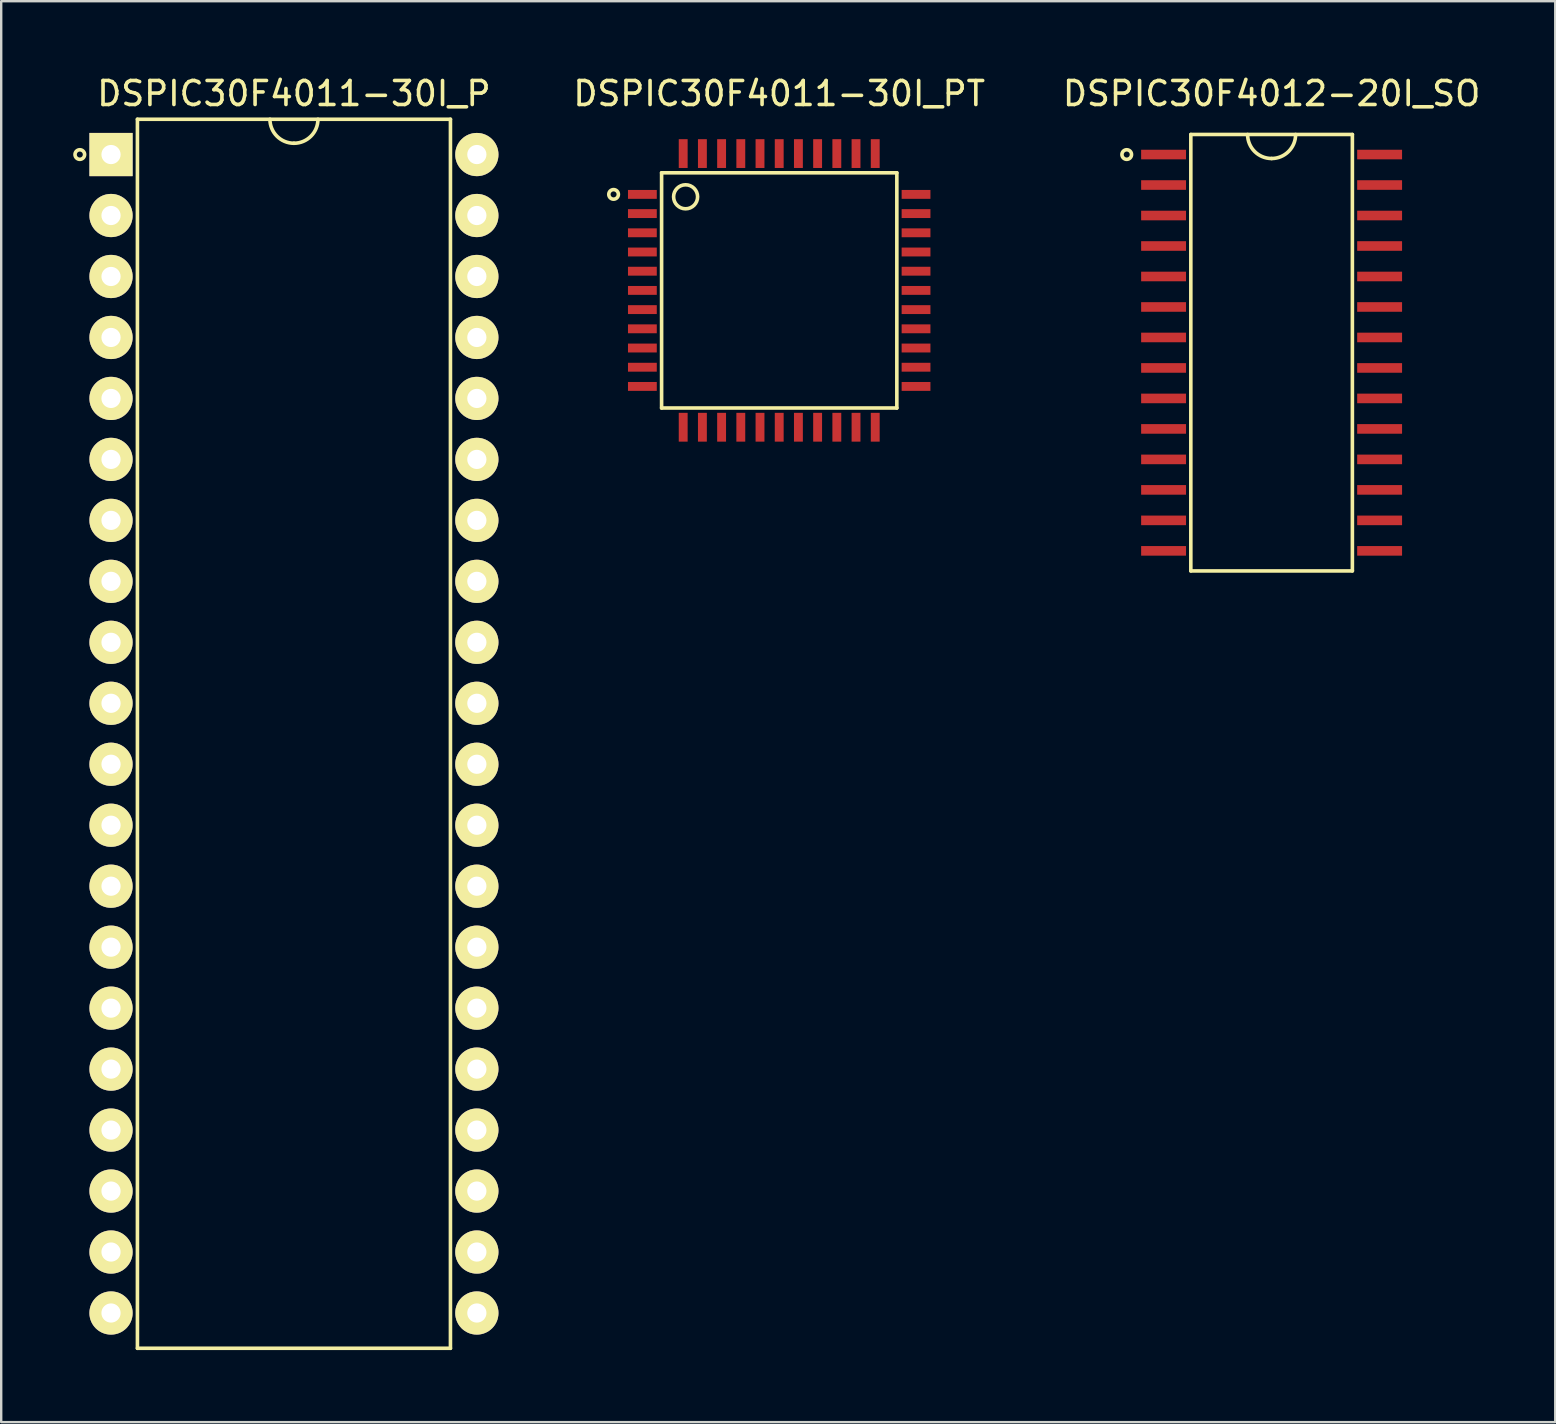
<source format=kicad_pcb>
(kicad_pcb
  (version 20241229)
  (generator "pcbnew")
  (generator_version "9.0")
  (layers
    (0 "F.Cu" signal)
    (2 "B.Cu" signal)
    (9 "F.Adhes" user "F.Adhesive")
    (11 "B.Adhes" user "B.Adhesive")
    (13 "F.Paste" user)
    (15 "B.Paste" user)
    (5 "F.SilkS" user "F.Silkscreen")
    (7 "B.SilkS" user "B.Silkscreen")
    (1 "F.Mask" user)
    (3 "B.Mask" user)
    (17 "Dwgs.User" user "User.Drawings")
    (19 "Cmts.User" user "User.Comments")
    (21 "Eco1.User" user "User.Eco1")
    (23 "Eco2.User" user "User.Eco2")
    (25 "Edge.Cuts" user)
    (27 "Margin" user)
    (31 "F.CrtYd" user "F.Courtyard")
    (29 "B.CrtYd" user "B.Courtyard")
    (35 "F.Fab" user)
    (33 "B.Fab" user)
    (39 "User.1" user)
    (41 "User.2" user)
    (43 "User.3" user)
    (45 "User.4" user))
  (footprint "DSPIC30F4011-30I_PT"
    (layer "F.Cu")
    (at 23.711 3.348)
    (property "Reference" "DSPIC30F4011-30I_PT" (at 5.7 -2.5 0) (layer "F.SilkS") (effects (font (size 1 1) (thickness 0.15))))
    (attr through_hole)
    (fp_line (start 0.8 0.8) (end 0.8 10.6) (stroke (width 0.15) (type solid)) (layer "F.SilkS"))
    (fp_line (start 0.8 0.8) (end 10.6 0.8) (stroke (width 0.15) (type solid)) (layer "F.SilkS"))
    (fp_line (start 0.8 10.6) (end 10.6 10.6) (stroke (width 0.15) (type solid)) (layer "F.SilkS"))
    (fp_line (start 10.6 10.6) (end 10.6 0.8) (stroke (width 0.15) (type solid)) (layer "F.SilkS"))
    (fp_circle (center -1.2 1.7) (end -1.2 1.5) (stroke (width 0.15) (type solid)) (fill no) (layer "F.SilkS"))
    (fp_circle (center 1.8 1.8) (end 1.8 1.3) (stroke (width 0.15) (type solid)) (fill no) (layer "F.SilkS"))
    (pad "1" smd rect (at 0 1.7) (size 1.2 0.37) (layers "F.Cu" "F.Mask" "F.Paste"))
    (pad "2" smd rect (at 0 2.5) (size 1.2 0.37) (layers "F.Cu" "F.Mask" "F.Paste"))
    (pad "3" smd rect (at 0 3.3) (size 1.2 0.37) (layers "F.Cu" "F.Mask" "F.Paste"))
    (pad "4" smd rect (at 0 4.1) (size 1.2 0.37) (layers "F.Cu" "F.Mask" "F.Paste"))
    (pad "5" smd rect (at 0 4.9) (size 1.2 0.37) (layers "F.Cu" "F.Mask" "F.Paste"))
    (pad "6" smd rect (at 0 5.7) (size 1.2 0.37) (layers "F.Cu" "F.Mask" "F.Paste"))
    (pad "7" smd rect (at 0 6.5) (size 1.2 0.37) (layers "F.Cu" "F.Mask" "F.Paste"))
    (pad "8" smd rect (at 0 7.3) (size 1.2 0.37) (layers "F.Cu" "F.Mask" "F.Paste"))
    (pad "9" smd rect (at 0 8.1) (size 1.2 0.37) (layers "F.Cu" "F.Mask" "F.Paste"))
    (pad "10" smd rect (at 0 8.9) (size 1.2 0.37) (layers "F.Cu" "F.Mask" "F.Paste"))
    (pad "11" smd rect (at 0 9.7) (size 1.2 0.37) (layers "F.Cu" "F.Mask" "F.Paste"))
    (pad "12" smd rect (at 1.7 11.4) (size 0.37 1.2) (layers "F.Cu" "F.Mask" "F.Paste"))
    (pad "13" smd rect (at 2.5 11.4) (size 0.37 1.2) (layers "F.Cu" "F.Mask" "F.Paste"))
    (pad "14" smd rect (at 3.3 11.4) (size 0.37 1.2) (layers "F.Cu" "F.Mask" "F.Paste"))
    (pad "15" smd rect (at 4.1 11.4) (size 0.37 1.2) (layers "F.Cu" "F.Mask" "F.Paste"))
    (pad "16" smd rect (at 4.9 11.4) (size 0.37 1.2) (layers "F.Cu" "F.Mask" "F.Paste"))
    (pad "17" smd rect (at 5.7 11.4) (size 0.37 1.2) (layers "F.Cu" "F.Mask" "F.Paste"))
    (pad "18" smd rect (at 6.5 11.4) (size 0.37 1.2) (layers "F.Cu" "F.Mask" "F.Paste"))
    (pad "19" smd rect (at 7.3 11.4) (size 0.37 1.2) (layers "F.Cu" "F.Mask" "F.Paste"))
    (pad "20" smd rect (at 8.1 11.4) (size 0.37 1.2) (layers "F.Cu" "F.Mask" "F.Paste"))
    (pad "21" smd rect (at 8.9 11.4) (size 0.37 1.2) (layers "F.Cu" "F.Mask" "F.Paste"))
    (pad "22" smd rect (at 9.7 11.4) (size 0.37 1.2) (layers "F.Cu" "F.Mask" "F.Paste"))
    (pad "23" smd rect (at 11.4 9.7) (size 1.2 0.37) (layers "F.Cu" "F.Mask" "F.Paste"))
    (pad "24" smd rect (at 11.4 8.9) (size 1.2 0.37) (layers "F.Cu" "F.Mask" "F.Paste"))
    (pad "25" smd rect (at 11.4 8.1) (size 1.2 0.37) (layers "F.Cu" "F.Mask" "F.Paste"))
    (pad "26" smd rect (at 11.4 7.3) (size 1.2 0.37) (layers "F.Cu" "F.Mask" "F.Paste"))
    (pad "27" smd rect (at 11.4 6.5) (size 1.2 0.37) (layers "F.Cu" "F.Mask" "F.Paste"))
    (pad "28" smd rect (at 11.4 5.7) (size 1.2 0.37) (layers "F.Cu" "F.Mask" "F.Paste"))
    (pad "29" smd rect (at 11.4 4.9) (size 1.2 0.37) (layers "F.Cu" "F.Mask" "F.Paste"))
    (pad "30" smd rect (at 11.4 4.1) (size 1.2 0.37) (layers "F.Cu" "F.Mask" "F.Paste"))
    (pad "31" smd rect (at 11.4 3.3) (size 1.2 0.37) (layers "F.Cu" "F.Mask" "F.Paste"))
    (pad "32" smd rect (at 11.4 2.5) (size 1.2 0.37) (layers "F.Cu" "F.Mask" "F.Paste"))
    (pad "33" smd rect (at 11.4 1.7) (size 1.2 0.37) (layers "F.Cu" "F.Mask" "F.Paste"))
    (pad "34" smd rect (at 9.7 0) (size 0.37 1.2) (layers "F.Cu" "F.Mask" "F.Paste"))
    (pad "35" smd rect (at 8.9 0) (size 0.37 1.2) (layers "F.Cu" "F.Mask" "F.Paste"))
    (pad "36" smd rect (at 8.1 0) (size 0.37 1.2) (layers "F.Cu" "F.Mask" "F.Paste"))
    (pad "37" smd rect (at 7.3 0) (size 0.37 1.2) (layers "F.Cu" "F.Mask" "F.Paste"))
    (pad "38" smd rect (at 6.5 0) (size 0.37 1.2) (layers "F.Cu" "F.Mask" "F.Paste"))
    (pad "39" smd rect (at 5.7 0) (size 0.37 1.2) (layers "F.Cu" "F.Mask" "F.Paste"))
    (pad "40" smd rect (at 4.9 0) (size 0.37 1.2) (layers "F.Cu" "F.Mask" "F.Paste"))
    (pad "41" smd rect (at 4.1 0) (size 0.37 1.2) (layers "F.Cu" "F.Mask" "F.Paste"))
    (pad "42" smd rect (at 3.3 0) (size 0.37 1.2) (layers "F.Cu" "F.Mask" "F.Paste"))
    (pad "43" smd rect (at 2.5 0) (size 0.37 1.2) (layers "F.Cu" "F.Mask" "F.Paste"))
    (pad "44" smd rect (at 1.7 0) (size 0.37 1.2) (layers "F.Cu" "F.Mask" "F.Paste")))
  (footprint "DSPIC30F4012-20I_SO"
    (layer "F.Cu")
    (at 45.423 3.388)
    (property "Reference" "DSPIC30F4012-20I_SO" (at 4.5 -2.54 0) (layer "F.SilkS") (effects (font (size 1 1) (thickness 0.15))))
    (attr through_hole)
    (fp_line (start 1.135 -0.835) (end 7.865 -0.835) (stroke (width 0.15) (type solid)) (layer "F.SilkS"))
    (fp_line (start 1.135 17.345) (end 1.135 -0.835) (stroke (width 0.15) (type solid)) (layer "F.SilkS"))
    (fp_line (start 7.865 -0.835) (end 7.865 17.345) (stroke (width 0.15) (type solid)) (layer "F.SilkS"))
    (fp_line (start 7.865 17.345) (end 1.135 17.345) (stroke (width 0.15) (type solid)) (layer "F.SilkS"))
    (fp_arc (start 4.5 0.165) (mid 3.792893 -0.127893) (end 3.5 -0.835) (stroke (width 0.15) (type solid)) (layer "F.SilkS"))
    (fp_arc (start 5.5 -0.835) (mid 5.207107 -0.127893) (end 4.5 0.165) (stroke (width 0.15) (type solid)) (layer "F.SilkS"))
    (fp_circle (center -1.535 0) (end -1.535 0.2) (stroke (width 0.15) (type solid)) (fill no) (layer "F.SilkS"))
    (pad "1" smd rect (at 0 0) (size 1.87 0.4) (layers "F.Cu" "F.Mask" "F.Paste"))
    (pad "2" smd rect (at 0 1.27) (size 1.87 0.4) (layers "F.Cu" "F.Mask" "F.Paste"))
    (pad "3" smd rect (at 0 2.54) (size 1.87 0.4) (layers "F.Cu" "F.Mask" "F.Paste"))
    (pad "4" smd rect (at 0 3.81) (size 1.87 0.4) (layers "F.Cu" "F.Mask" "F.Paste"))
    (pad "5" smd rect (at 0 5.08) (size 1.87 0.4) (layers "F.Cu" "F.Mask" "F.Paste"))
    (pad "6" smd rect (at 0 6.35) (size 1.87 0.4) (layers "F.Cu" "F.Mask" "F.Paste"))
    (pad "7" smd rect (at 0 7.62) (size 1.87 0.4) (layers "F.Cu" "F.Mask" "F.Paste"))
    (pad "8" smd rect (at 0 8.89) (size 1.87 0.4) (layers "F.Cu" "F.Mask" "F.Paste"))
    (pad "9" smd rect (at 0 10.16) (size 1.87 0.4) (layers "F.Cu" "F.Mask" "F.Paste"))
    (pad "10" smd rect (at 0 11.43) (size 1.87 0.4) (layers "F.Cu" "F.Mask" "F.Paste"))
    (pad "11" smd rect (at 0 12.7) (size 1.87 0.4) (layers "F.Cu" "F.Mask" "F.Paste"))
    (pad "12" smd rect (at 0 13.97) (size 1.87 0.4) (layers "F.Cu" "F.Mask" "F.Paste"))
    (pad "13" smd rect (at 0 15.24) (size 1.87 0.4) (layers "F.Cu" "F.Mask" "F.Paste"))
    (pad "14" smd rect (at 0 16.51) (size 1.87 0.4) (layers "F.Cu" "F.Mask" "F.Paste"))
    (pad "15" smd rect (at 9 16.51) (size 1.87 0.4) (layers "F.Cu" "F.Mask" "F.Paste"))
    (pad "16" smd rect (at 9 15.24) (size 1.87 0.4) (layers "F.Cu" "F.Mask" "F.Paste"))
    (pad "17" smd rect (at 9 13.97) (size 1.87 0.4) (layers "F.Cu" "F.Mask" "F.Paste"))
    (pad "18" smd rect (at 9 12.7) (size 1.87 0.4) (layers "F.Cu" "F.Mask" "F.Paste"))
    (pad "19" smd rect (at 9 11.43) (size 1.87 0.4) (layers "F.Cu" "F.Mask" "F.Paste"))
    (pad "20" smd rect (at 9 10.16) (size 1.87 0.4) (layers "F.Cu" "F.Mask" "F.Paste"))
    (pad "21" smd rect (at 9 8.89) (size 1.87 0.4) (layers "F.Cu" "F.Mask" "F.Paste"))
    (pad "22" smd rect (at 9 7.62) (size 1.87 0.4) (layers "F.Cu" "F.Mask" "F.Paste"))
    (pad "23" smd rect (at 9 6.35) (size 1.87 0.4) (layers "F.Cu" "F.Mask" "F.Paste"))
    (pad "24" smd rect (at 9 5.08) (size 1.87 0.4) (layers "F.Cu" "F.Mask" "F.Paste"))
    (pad "25" smd rect (at 9 3.81) (size 1.87 0.4) (layers "F.Cu" "F.Mask" "F.Paste"))
    (pad "26" smd rect (at 9 2.54) (size 1.87 0.4) (layers "F.Cu" "F.Mask" "F.Paste"))
    (pad "27" smd rect (at 9 1.27) (size 1.87 0.4) (layers "F.Cu" "F.Mask" "F.Paste"))
    (pad "28" smd rect (at 9 0) (size 1.87 0.4) (layers "F.Cu" "F.Mask" "F.Paste")))
  (footprint "DSPIC30F4011-30I_P"
    (layer "F.Cu")
    (at 1.575 3.388)
    (property "Reference" "DSPIC30F4011-30I_P" (at 7.62 -2.54 0) (layer "F.SilkS") (effects (font (size 1 1) (thickness 0.15))))
    (attr through_hole)
    (fp_line (start 1.1 -1.47) (end 14.14 -1.47) (stroke (width 0.15) (type solid)) (layer "F.SilkS"))
    (fp_line (start 1.1 49.73) (end 1.1 -1.47) (stroke (width 0.15) (type solid)) (layer "F.SilkS"))
    (fp_line (start 14.14 -1.47) (end 14.14 49.73) (stroke (width 0.15) (type solid)) (layer "F.SilkS"))
    (fp_line (start 14.14 49.73) (end 1.1 49.73) (stroke (width 0.15) (type solid)) (layer "F.SilkS"))
    (fp_arc (start 7.62 -0.47) (mid 6.912893 -0.762893) (end 6.62 -1.47) (stroke (width 0.15) (type solid)) (layer "F.SilkS"))
    (fp_arc (start 8.62 -1.47) (mid 8.327107 -0.762893) (end 7.62 -0.47) (stroke (width 0.15) (type solid)) (layer "F.SilkS"))
    (fp_circle (center -1.3 0) (end -1.3 0.2) (stroke (width 0.15) (type solid)) (fill no) (layer "F.SilkS"))
    (pad "1" thru_hole rect (at 0 0) (size 1.8 1.8) (drill 0.8) (layers "*.Cu" "*.Mask" "F.SilkS"))
    (pad "2" thru_hole circle (at 0 2.54) (size 1.8 1.8) (drill 0.8) (layers "*.Cu" "*.Mask" "F.SilkS"))
    (pad "3" thru_hole circle (at 0 5.08) (size 1.8 1.8) (drill 0.8) (layers "*.Cu" "*.Mask" "F.SilkS"))
    (pad "4" thru_hole circle (at 0 7.62) (size 1.8 1.8) (drill 0.8) (layers "*.Cu" "*.Mask" "F.SilkS"))
    (pad "5" thru_hole circle (at 0 10.16) (size 1.8 1.8) (drill 0.8) (layers "*.Cu" "*.Mask" "F.SilkS"))
    (pad "6" thru_hole circle (at 0 12.7) (size 1.8 1.8) (drill 0.8) (layers "*.Cu" "*.Mask" "F.SilkS"))
    (pad "7" thru_hole circle (at 0 15.24) (size 1.8 1.8) (drill 0.8) (layers "*.Cu" "*.Mask" "F.SilkS"))
    (pad "8" thru_hole circle (at 0 17.78) (size 1.8 1.8) (drill 0.8) (layers "*.Cu" "*.Mask" "F.SilkS"))
    (pad "9" thru_hole circle (at 0 20.32) (size 1.8 1.8) (drill 0.8) (layers "*.Cu" "*.Mask" "F.SilkS"))
    (pad "10" thru_hole circle (at 0 22.86) (size 1.8 1.8) (drill 0.8) (layers "*.Cu" "*.Mask" "F.SilkS"))
    (pad "11" thru_hole circle (at 0 25.4) (size 1.8 1.8) (drill 0.8) (layers "*.Cu" "*.Mask" "F.SilkS"))
    (pad "12" thru_hole circle (at 0 27.94) (size 1.8 1.8) (drill 0.8) (layers "*.Cu" "*.Mask" "F.SilkS"))
    (pad "13" thru_hole circle (at 0 30.48) (size 1.8 1.8) (drill 0.8) (layers "*.Cu" "*.Mask" "F.SilkS"))
    (pad "14" thru_hole circle (at 0 33.02) (size 1.8 1.8) (drill 0.8) (layers "*.Cu" "*.Mask" "F.SilkS"))
    (pad "15" thru_hole circle (at 0 35.56) (size 1.8 1.8) (drill 0.8) (layers "*.Cu" "*.Mask" "F.SilkS"))
    (pad "16" thru_hole circle (at 0 38.1) (size 1.8 1.8) (drill 0.8) (layers "*.Cu" "*.Mask" "F.SilkS"))
    (pad "17" thru_hole circle (at 0 40.64) (size 1.8 1.8) (drill 0.8) (layers "*.Cu" "*.Mask" "F.SilkS"))
    (pad "18" thru_hole circle (at 0 43.18) (size 1.8 1.8) (drill 0.8) (layers "*.Cu" "*.Mask" "F.SilkS"))
    (pad "19" thru_hole circle (at 0 45.72) (size 1.8 1.8) (drill 0.8) (layers "*.Cu" "*.Mask" "F.SilkS"))
    (pad "20" thru_hole circle (at 0 48.26) (size 1.8 1.8) (drill 0.8) (layers "*.Cu" "*.Mask" "F.SilkS"))
    (pad "21" thru_hole circle (at 15.24 48.26) (size 1.8 1.8) (drill 0.8) (layers "*.Cu" "*.Mask" "F.SilkS"))
    (pad "22" thru_hole circle (at 15.24 45.72) (size 1.8 1.8) (drill 0.8) (layers "*.Cu" "*.Mask" "F.SilkS"))
    (pad "23" thru_hole circle (at 15.24 43.18) (size 1.8 1.8) (drill 0.8) (layers "*.Cu" "*.Mask" "F.SilkS"))
    (pad "24" thru_hole circle (at 15.24 40.64) (size 1.8 1.8) (drill 0.8) (layers "*.Cu" "*.Mask" "F.SilkS"))
    (pad "25" thru_hole circle (at 15.24 38.1) (size 1.8 1.8) (drill 0.8) (layers "*.Cu" "*.Mask" "F.SilkS"))
    (pad "26" thru_hole circle (at 15.24 35.56) (size 1.8 1.8) (drill 0.8) (layers "*.Cu" "*.Mask" "F.SilkS"))
    (pad "27" thru_hole circle (at 15.24 33.02) (size 1.8 1.8) (drill 0.8) (layers "*.Cu" "*.Mask" "F.SilkS"))
    (pad "28" thru_hole circle (at 15.24 30.48) (size 1.8 1.8) (drill 0.8) (layers "*.Cu" "*.Mask" "F.SilkS"))
    (pad "29" thru_hole circle (at 15.24 27.94) (size 1.8 1.8) (drill 0.8) (layers "*.Cu" "*.Mask" "F.SilkS"))
    (pad "30" thru_hole circle (at 15.24 25.4) (size 1.8 1.8) (drill 0.8) (layers "*.Cu" "*.Mask" "F.SilkS"))
    (pad "31" thru_hole circle (at 15.24 22.86) (size 1.8 1.8) (drill 0.8) (layers "*.Cu" "*.Mask" "F.SilkS"))
    (pad "32" thru_hole circle (at 15.24 20.32) (size 1.8 1.8) (drill 0.8) (layers "*.Cu" "*.Mask" "F.SilkS"))
    (pad "33" thru_hole circle (at 15.24 17.78) (size 1.8 1.8) (drill 0.8) (layers "*.Cu" "*.Mask" "F.SilkS"))
    (pad "34" thru_hole circle (at 15.24 15.24) (size 1.8 1.8) (drill 0.8) (layers "*.Cu" "*.Mask" "F.SilkS"))
    (pad "35" thru_hole circle (at 15.24 12.7) (size 1.8 1.8) (drill 0.8) (layers "*.Cu" "*.Mask" "F.SilkS"))
    (pad "36" thru_hole circle (at 15.24 10.16) (size 1.8 1.8) (drill 0.8) (layers "*.Cu" "*.Mask" "F.SilkS"))
    (pad "37" thru_hole circle (at 15.24 7.62) (size 1.8 1.8) (drill 0.8) (layers "*.Cu" "*.Mask" "F.SilkS"))
    (pad "38" thru_hole circle (at 15.24 5.08) (size 1.8 1.8) (drill 0.8) (layers "*.Cu" "*.Mask" "F.SilkS"))
    (pad "39" thru_hole circle (at 15.24 2.54) (size 1.8 1.8) (drill 0.8) (layers "*.Cu" "*.Mask" "F.SilkS"))
    (pad "40" thru_hole circle (at 15.24 0) (size 1.8 1.8) (drill 0.8) (layers "*.Cu" "*.Mask" "F.SilkS")))
  (gr_rect
    (start -3 -3)
    (end 61.739 56.193)
    (stroke (width 0.1) (type default))
    (fill no)
    (layer "Edge.Cuts")))
</source>
